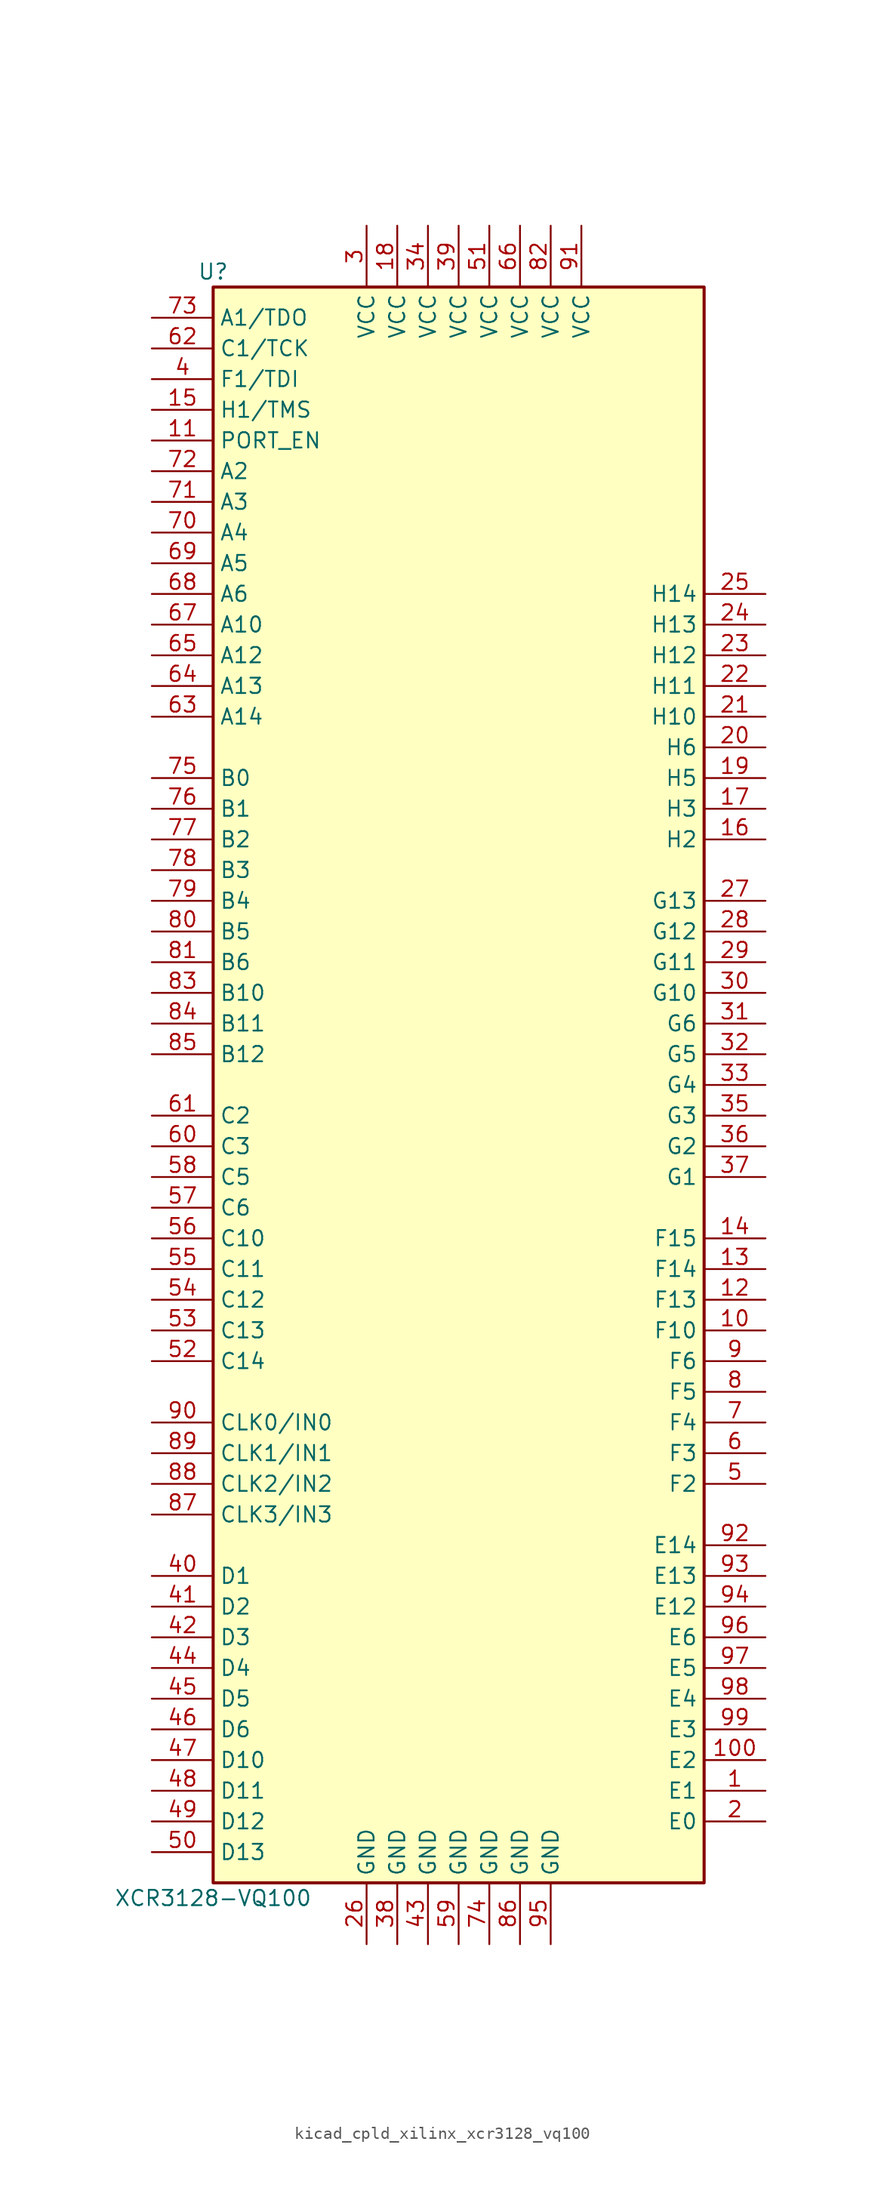
<source format=kicad_sym>
(kicad_symbol_lib
  (version 20220914)
  (generator kicad_symbol_editor)
  (symbol "kicad_cpld_xilinx_xcr3128_vq100"
    (property "Reference" "U"
      (at -20.32 67.31 0)
      (effects (font (size 1.27 1.27))))
    (property "Value" "XCR3128-VQ100"
      (at -20.32 -67.31 0)
      (effects (font (size 1.27 1.27))))
    (symbol "kicad_cpld_xilinx_xcr3128_vq100_1_1"
      (rectangle (start -20.32 66.04) (end 20.32 -66.04) (stroke (width 0.254) (type default)) (fill (type background)))
      (pin passive line (at 25.4 -58.42 180) (length 5.08) (name "E1" (effects (font (size 1.27 1.27)))) (number "1" (effects (font (size 1.27 1.27)))))
      (pin passive line (at 25.4 -20.32 180) (length 5.08) (name "F10" (effects (font (size 1.27 1.27)))) (number "10" (effects (font (size 1.27 1.27)))))
      (pin passive line (at 25.4 -55.88 180) (length 5.08) (name "E2" (effects (font (size 1.27 1.27)))) (number "100" (effects (font (size 1.27 1.27)))))
      (pin passive line (at -25.4 53.34 0) (length 5.08) (name "PORT_EN" (effects (font (size 1.27 1.27)))) (number "11" (effects (font (size 1.27 1.27)))))
      (pin passive line (at 25.4 -17.78 180) (length 5.08) (name "F13" (effects (font (size 1.27 1.27)))) (number "12" (effects (font (size 1.27 1.27)))))
      (pin passive line (at 25.4 -15.24 180) (length 5.08) (name "F14" (effects (font (size 1.27 1.27)))) (number "13" (effects (font (size 1.27 1.27)))))
      (pin passive line (at 25.4 -12.7 180) (length 5.08) (name "F15" (effects (font (size 1.27 1.27)))) (number "14" (effects (font (size 1.27 1.27)))))
      (pin passive line (at -25.4 55.88 0) (length 5.08) (name "H1/TMS" (effects (font (size 1.27 1.27)))) (number "15" (effects (font (size 1.27 1.27)))))
      (pin passive line (at 25.4 20.32 180) (length 5.08) (name "H2" (effects (font (size 1.27 1.27)))) (number "16" (effects (font (size 1.27 1.27)))))
      (pin passive line (at 25.4 22.86 180) (length 5.08) (name "H3" (effects (font (size 1.27 1.27)))) (number "17" (effects (font (size 1.27 1.27)))))
      (pin power_in line (at -5.08 71.12 270) (length 5.08) (name "VCC" (effects (font (size 1.27 1.27)))) (number "18" (effects (font (size 1.27 1.27)))))
      (pin passive line (at 25.4 25.4 180) (length 5.08) (name "H5" (effects (font (size 1.27 1.27)))) (number "19" (effects (font (size 1.27 1.27)))))
      (pin passive line (at 25.4 -60.96 180) (length 5.08) (name "E0" (effects (font (size 1.27 1.27)))) (number "2" (effects (font (size 1.27 1.27)))))
      (pin passive line (at 25.4 27.94 180) (length 5.08) (name "H6" (effects (font (size 1.27 1.27)))) (number "20" (effects (font (size 1.27 1.27)))))
      (pin passive line (at 25.4 30.48 180) (length 5.08) (name "H10" (effects (font (size 1.27 1.27)))) (number "21" (effects (font (size 1.27 1.27)))))
      (pin passive line (at 25.4 33.02 180) (length 5.08) (name "H11" (effects (font (size 1.27 1.27)))) (number "22" (effects (font (size 1.27 1.27)))))
      (pin passive line (at 25.4 35.56 180) (length 5.08) (name "H12" (effects (font (size 1.27 1.27)))) (number "23" (effects (font (size 1.27 1.27)))))
      (pin passive line (at 25.4 38.1 180) (length 5.08) (name "H13" (effects (font (size 1.27 1.27)))) (number "24" (effects (font (size 1.27 1.27)))))
      (pin passive line (at 25.4 40.64 180) (length 5.08) (name "H14" (effects (font (size 1.27 1.27)))) (number "25" (effects (font (size 1.27 1.27)))))
      (pin power_in line (at -7.62 -71.12 90) (length 5.08) (name "GND" (effects (font (size 1.27 1.27)))) (number "26" (effects (font (size 1.27 1.27)))))
      (pin passive line (at 25.4 15.24 180) (length 5.08) (name "G13" (effects (font (size 1.27 1.27)))) (number "27" (effects (font (size 1.27 1.27)))))
      (pin passive line (at 25.4 12.7 180) (length 5.08) (name "G12" (effects (font (size 1.27 1.27)))) (number "28" (effects (font (size 1.27 1.27)))))
      (pin passive line (at 25.4 10.16 180) (length 5.08) (name "G11" (effects (font (size 1.27 1.27)))) (number "29" (effects (font (size 1.27 1.27)))))
      (pin power_in line (at -7.62 71.12 270) (length 5.08) (name "VCC" (effects (font (size 1.27 1.27)))) (number "3" (effects (font (size 1.27 1.27)))))
      (pin passive line (at 25.4 7.62 180) (length 5.08) (name "G10" (effects (font (size 1.27 1.27)))) (number "30" (effects (font (size 1.27 1.27)))))
      (pin passive line (at 25.4 5.08 180) (length 5.08) (name "G6" (effects (font (size 1.27 1.27)))) (number "31" (effects (font (size 1.27 1.27)))))
      (pin passive line (at 25.4 2.54 180) (length 5.08) (name "G5" (effects (font (size 1.27 1.27)))) (number "32" (effects (font (size 1.27 1.27)))))
      (pin passive line (at 25.4 0 180) (length 5.08) (name "G4" (effects (font (size 1.27 1.27)))) (number "33" (effects (font (size 1.27 1.27)))))
      (pin power_in line (at -2.54 71.12 270) (length 5.08) (name "VCC" (effects (font (size 1.27 1.27)))) (number "34" (effects (font (size 1.27 1.27)))))
      (pin passive line (at 25.4 -2.54 180) (length 5.08) (name "G3" (effects (font (size 1.27 1.27)))) (number "35" (effects (font (size 1.27 1.27)))))
      (pin passive line (at 25.4 -5.08 180) (length 5.08) (name "G2" (effects (font (size 1.27 1.27)))) (number "36" (effects (font (size 1.27 1.27)))))
      (pin passive line (at 25.4 -7.62 180) (length 5.08) (name "G1" (effects (font (size 1.27 1.27)))) (number "37" (effects (font (size 1.27 1.27)))))
      (pin power_in line (at -5.08 -71.12 90) (length 5.08) (name "GND" (effects (font (size 1.27 1.27)))) (number "38" (effects (font (size 1.27 1.27)))))
      (pin power_in line (at 0 71.12 270) (length 5.08) (name "VCC" (effects (font (size 1.27 1.27)))) (number "39" (effects (font (size 1.27 1.27)))))
      (pin passive line (at -25.4 58.42 0) (length 5.08) (name "F1/TDI" (effects (font (size 1.27 1.27)))) (number "4" (effects (font (size 1.27 1.27)))))
      (pin passive line (at -25.4 -40.64 0) (length 5.08) (name "D1" (effects (font (size 1.27 1.27)))) (number "40" (effects (font (size 1.27 1.27)))))
      (pin passive line (at -25.4 -43.18 0) (length 5.08) (name "D2" (effects (font (size 1.27 1.27)))) (number "41" (effects (font (size 1.27 1.27)))))
      (pin passive line (at -25.4 -45.72 0) (length 5.08) (name "D3" (effects (font (size 1.27 1.27)))) (number "42" (effects (font (size 1.27 1.27)))))
      (pin power_in line (at -2.54 -71.12 90) (length 5.08) (name "GND" (effects (font (size 1.27 1.27)))) (number "43" (effects (font (size 1.27 1.27)))))
      (pin passive line (at -25.4 -48.26 0) (length 5.08) (name "D4" (effects (font (size 1.27 1.27)))) (number "44" (effects (font (size 1.27 1.27)))))
      (pin passive line (at -25.4 -50.8 0) (length 5.08) (name "D5" (effects (font (size 1.27 1.27)))) (number "45" (effects (font (size 1.27 1.27)))))
      (pin passive line (at -25.4 -53.34 0) (length 5.08) (name "D6" (effects (font (size 1.27 1.27)))) (number "46" (effects (font (size 1.27 1.27)))))
      (pin passive line (at -25.4 -55.88 0) (length 5.08) (name "D10" (effects (font (size 1.27 1.27)))) (number "47" (effects (font (size 1.27 1.27)))))
      (pin passive line (at -25.4 -58.42 0) (length 5.08) (name "D11" (effects (font (size 1.27 1.27)))) (number "48" (effects (font (size 1.27 1.27)))))
      (pin passive line (at -25.4 -60.96 0) (length 5.08) (name "D12" (effects (font (size 1.27 1.27)))) (number "49" (effects (font (size 1.27 1.27)))))
      (pin passive line (at 25.4 -33.02 180) (length 5.08) (name "F2" (effects (font (size 1.27 1.27)))) (number "5" (effects (font (size 1.27 1.27)))))
      (pin passive line (at -25.4 -63.5 0) (length 5.08) (name "D13" (effects (font (size 1.27 1.27)))) (number "50" (effects (font (size 1.27 1.27)))))
      (pin power_in line (at 2.54 71.12 270) (length 5.08) (name "VCC" (effects (font (size 1.27 1.27)))) (number "51" (effects (font (size 1.27 1.27)))))
      (pin passive line (at -25.4 -22.86 0) (length 5.08) (name "C14" (effects (font (size 1.27 1.27)))) (number "52" (effects (font (size 1.27 1.27)))))
      (pin passive line (at -25.4 -20.32 0) (length 5.08) (name "C13" (effects (font (size 1.27 1.27)))) (number "53" (effects (font (size 1.27 1.27)))))
      (pin passive line (at -25.4 -17.78 0) (length 5.08) (name "C12" (effects (font (size 1.27 1.27)))) (number "54" (effects (font (size 1.27 1.27)))))
      (pin passive line (at -25.4 -15.24 0) (length 5.08) (name "C11" (effects (font (size 1.27 1.27)))) (number "55" (effects (font (size 1.27 1.27)))))
      (pin passive line (at -25.4 -12.7 0) (length 5.08) (name "C10" (effects (font (size 1.27 1.27)))) (number "56" (effects (font (size 1.27 1.27)))))
      (pin passive line (at -25.4 -10.16 0) (length 5.08) (name "C6" (effects (font (size 1.27 1.27)))) (number "57" (effects (font (size 1.27 1.27)))))
      (pin passive line (at -25.4 -7.62 0) (length 5.08) (name "C5" (effects (font (size 1.27 1.27)))) (number "58" (effects (font (size 1.27 1.27)))))
      (pin power_in line (at 0 -71.12 90) (length 5.08) (name "GND" (effects (font (size 1.27 1.27)))) (number "59" (effects (font (size 1.27 1.27)))))
      (pin passive line (at 25.4 -30.48 180) (length 5.08) (name "F3" (effects (font (size 1.27 1.27)))) (number "6" (effects (font (size 1.27 1.27)))))
      (pin passive line (at -25.4 -5.08 0) (length 5.08) (name "C3" (effects (font (size 1.27 1.27)))) (number "60" (effects (font (size 1.27 1.27)))))
      (pin passive line (at -25.4 -2.54 0) (length 5.08) (name "C2" (effects (font (size 1.27 1.27)))) (number "61" (effects (font (size 1.27 1.27)))))
      (pin passive line (at -25.4 60.96 0) (length 5.08) (name "C1/TCK" (effects (font (size 1.27 1.27)))) (number "62" (effects (font (size 1.27 1.27)))))
      (pin passive line (at -25.4 30.48 0) (length 5.08) (name "A14" (effects (font (size 1.27 1.27)))) (number "63" (effects (font (size 1.27 1.27)))))
      (pin passive line (at -25.4 33.02 0) (length 5.08) (name "A13" (effects (font (size 1.27 1.27)))) (number "64" (effects (font (size 1.27 1.27)))))
      (pin passive line (at -25.4 35.56 0) (length 5.08) (name "A12" (effects (font (size 1.27 1.27)))) (number "65" (effects (font (size 1.27 1.27)))))
      (pin power_in line (at 5.08 71.12 270) (length 5.08) (name "VCC" (effects (font (size 1.27 1.27)))) (number "66" (effects (font (size 1.27 1.27)))))
      (pin passive line (at -25.4 38.1 0) (length 5.08) (name "A10" (effects (font (size 1.27 1.27)))) (number "67" (effects (font (size 1.27 1.27)))))
      (pin passive line (at -25.4 40.64 0) (length 5.08) (name "A6" (effects (font (size 1.27 1.27)))) (number "68" (effects (font (size 1.27 1.27)))))
      (pin passive line (at -25.4 43.18 0) (length 5.08) (name "A5" (effects (font (size 1.27 1.27)))) (number "69" (effects (font (size 1.27 1.27)))))
      (pin passive line (at 25.4 -27.94 180) (length 5.08) (name "F4" (effects (font (size 1.27 1.27)))) (number "7" (effects (font (size 1.27 1.27)))))
      (pin passive line (at -25.4 45.72 0) (length 5.08) (name "A4" (effects (font (size 1.27 1.27)))) (number "70" (effects (font (size 1.27 1.27)))))
      (pin passive line (at -25.4 48.26 0) (length 5.08) (name "A3" (effects (font (size 1.27 1.27)))) (number "71" (effects (font (size 1.27 1.27)))))
      (pin passive line (at -25.4 50.8 0) (length 5.08) (name "A2" (effects (font (size 1.27 1.27)))) (number "72" (effects (font (size 1.27 1.27)))))
      (pin passive line (at -25.4 63.5 0) (length 5.08) (name "A1/TDO" (effects (font (size 1.27 1.27)))) (number "73" (effects (font (size 1.27 1.27)))))
      (pin power_in line (at 2.54 -71.12 90) (length 5.08) (name "GND" (effects (font (size 1.27 1.27)))) (number "74" (effects (font (size 1.27 1.27)))))
      (pin passive line (at -25.4 25.4 0) (length 5.08) (name "B0" (effects (font (size 1.27 1.27)))) (number "75" (effects (font (size 1.27 1.27)))))
      (pin passive line (at -25.4 22.86 0) (length 5.08) (name "B1" (effects (font (size 1.27 1.27)))) (number "76" (effects (font (size 1.27 1.27)))))
      (pin passive line (at -25.4 20.32 0) (length 5.08) (name "B2" (effects (font (size 1.27 1.27)))) (number "77" (effects (font (size 1.27 1.27)))))
      (pin passive line (at -25.4 17.78 0) (length 5.08) (name "B3" (effects (font (size 1.27 1.27)))) (number "78" (effects (font (size 1.27 1.27)))))
      (pin passive line (at -25.4 15.24 0) (length 5.08) (name "B4" (effects (font (size 1.27 1.27)))) (number "79" (effects (font (size 1.27 1.27)))))
      (pin passive line (at 25.4 -25.4 180) (length 5.08) (name "F5" (effects (font (size 1.27 1.27)))) (number "8" (effects (font (size 1.27 1.27)))))
      (pin passive line (at -25.4 12.7 0) (length 5.08) (name "B5" (effects (font (size 1.27 1.27)))) (number "80" (effects (font (size 1.27 1.27)))))
      (pin passive line (at -25.4 10.16 0) (length 5.08) (name "B6" (effects (font (size 1.27 1.27)))) (number "81" (effects (font (size 1.27 1.27)))))
      (pin power_in line (at 7.62 71.12 270) (length 5.08) (name "VCC" (effects (font (size 1.27 1.27)))) (number "82" (effects (font (size 1.27 1.27)))))
      (pin passive line (at -25.4 7.62 0) (length 5.08) (name "B10" (effects (font (size 1.27 1.27)))) (number "83" (effects (font (size 1.27 1.27)))))
      (pin passive line (at -25.4 5.08 0) (length 5.08) (name "B11" (effects (font (size 1.27 1.27)))) (number "84" (effects (font (size 1.27 1.27)))))
      (pin passive line (at -25.4 2.54 0) (length 5.08) (name "B12" (effects (font (size 1.27 1.27)))) (number "85" (effects (font (size 1.27 1.27)))))
      (pin power_in line (at 5.08 -71.12 90) (length 5.08) (name "GND" (effects (font (size 1.27 1.27)))) (number "86" (effects (font (size 1.27 1.27)))))
      (pin input line (at -25.4 -35.56 0) (length 5.08) (name "CLK3/IN3" (effects (font (size 1.27 1.27)))) (number "87" (effects (font (size 1.27 1.27)))))
      (pin input line (at -25.4 -33.02 0) (length 5.08) (name "CLK2/IN2" (effects (font (size 1.27 1.27)))) (number "88" (effects (font (size 1.27 1.27)))))
      (pin input line (at -25.4 -30.48 0) (length 5.08) (name "CLK1/IN1" (effects (font (size 1.27 1.27)))) (number "89" (effects (font (size 1.27 1.27)))))
      (pin passive line (at 25.4 -22.86 180) (length 5.08) (name "F6" (effects (font (size 1.27 1.27)))) (number "9" (effects (font (size 1.27 1.27)))))
      (pin input line (at -25.4 -27.94 0) (length 5.08) (name "CLK0/IN0" (effects (font (size 1.27 1.27)))) (number "90" (effects (font (size 1.27 1.27)))))
      (pin power_in line (at 10.16 71.12 270) (length 5.08) (name "VCC" (effects (font (size 1.27 1.27)))) (number "91" (effects (font (size 1.27 1.27)))))
      (pin passive line (at 25.4 -38.1 180) (length 5.08) (name "E14" (effects (font (size 1.27 1.27)))) (number "92" (effects (font (size 1.27 1.27)))))
      (pin passive line (at 25.4 -40.64 180) (length 5.08) (name "E13" (effects (font (size 1.27 1.27)))) (number "93" (effects (font (size 1.27 1.27)))))
      (pin passive line (at 25.4 -43.18 180) (length 5.08) (name "E12" (effects (font (size 1.27 1.27)))) (number "94" (effects (font (size 1.27 1.27)))))
      (pin power_in line (at 7.62 -71.12 90) (length 5.08) (name "GND" (effects (font (size 1.27 1.27)))) (number "95" (effects (font (size 1.27 1.27)))))
      (pin passive line (at 25.4 -45.72 180) (length 5.08) (name "E6" (effects (font (size 1.27 1.27)))) (number "96" (effects (font (size 1.27 1.27)))))
      (pin passive line (at 25.4 -48.26 180) (length 5.08) (name "E5" (effects (font (size 1.27 1.27)))) (number "97" (effects (font (size 1.27 1.27)))))
      (pin passive line (at 25.4 -50.8 180) (length 5.08) (name "E4" (effects (font (size 1.27 1.27)))) (number "98" (effects (font (size 1.27 1.27)))))
      (pin passive line (at 25.4 -53.34 180) (length 5.08) (name "E3" (effects (font (size 1.27 1.27)))) (number "99" (effects (font (size 1.27 1.27))))))))
</source>
